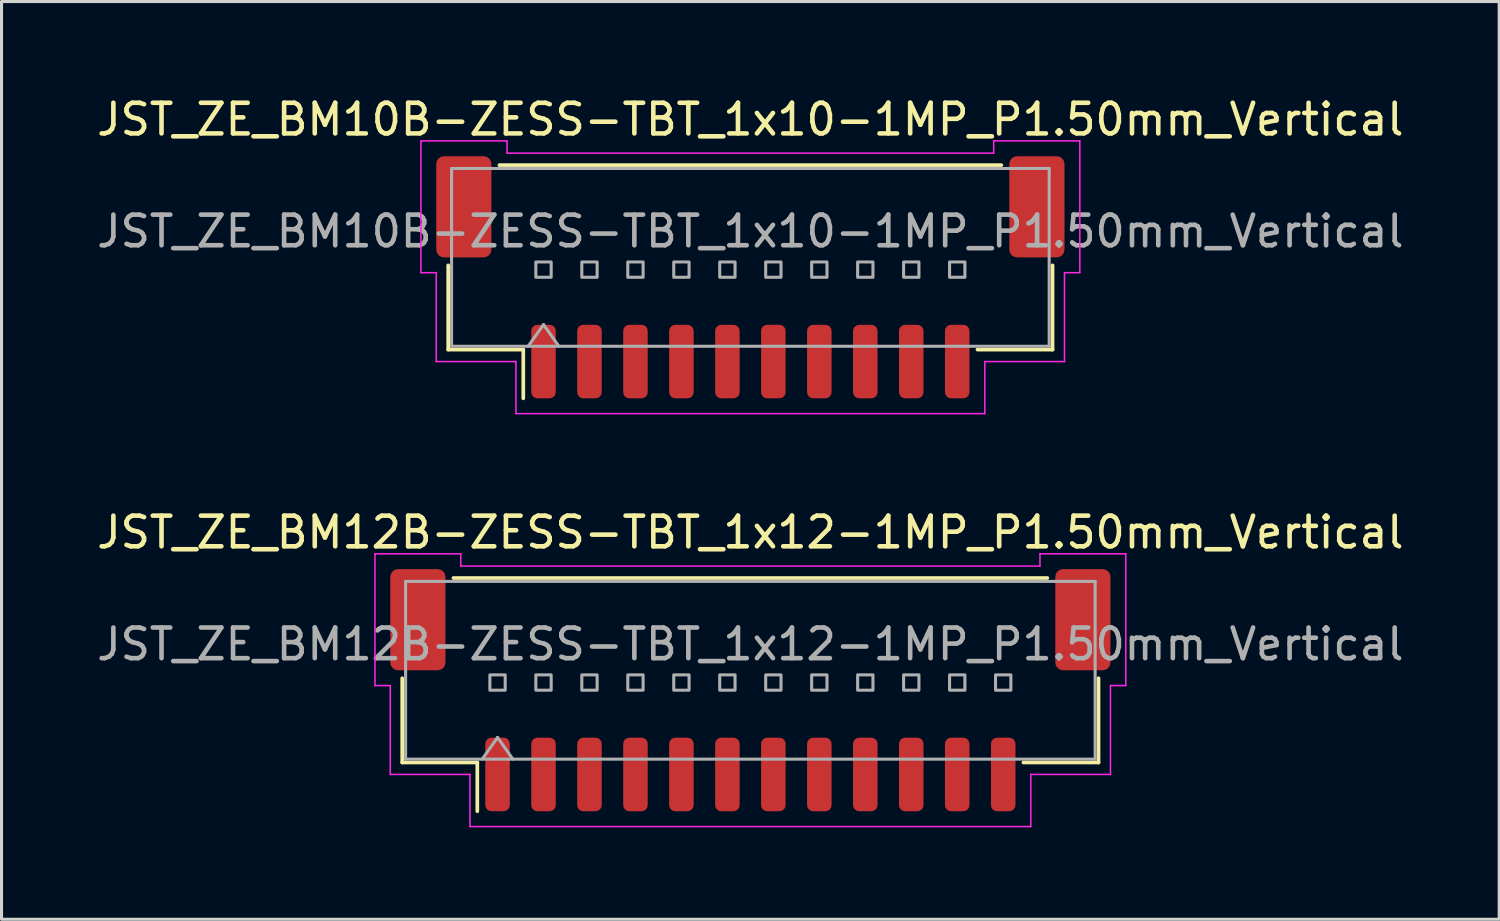
<source format=kicad_pcb>
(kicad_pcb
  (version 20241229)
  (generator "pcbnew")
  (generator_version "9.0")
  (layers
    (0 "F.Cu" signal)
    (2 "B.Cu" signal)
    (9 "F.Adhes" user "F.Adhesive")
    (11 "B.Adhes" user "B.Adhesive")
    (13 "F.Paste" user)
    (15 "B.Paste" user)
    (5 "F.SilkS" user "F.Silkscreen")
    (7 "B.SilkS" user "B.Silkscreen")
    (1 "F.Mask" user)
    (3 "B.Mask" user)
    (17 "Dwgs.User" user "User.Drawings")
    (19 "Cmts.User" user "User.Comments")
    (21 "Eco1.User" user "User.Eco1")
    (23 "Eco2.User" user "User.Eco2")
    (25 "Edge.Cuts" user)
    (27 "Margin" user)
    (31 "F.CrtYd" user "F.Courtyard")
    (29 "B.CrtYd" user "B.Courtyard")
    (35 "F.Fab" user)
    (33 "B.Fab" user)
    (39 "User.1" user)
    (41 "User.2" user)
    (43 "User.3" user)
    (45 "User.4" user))
  (footprint "JST_ZE_BM12B-ZESS-TBT_1x12-1MP_P1.50mm_Vertical"
    (layer "F.Cu")
    (at 21.435 19.471)
    (property "Reference" "JST_ZE_BM12B-ZESS-TBT_1x12-1MP_P1.50mm_Vertical" (at 0 -5.15 0) (layer "F.SilkS") (effects (font (size 1 1) (thickness 0.15))))
    (attr smd)
    (fp_line (start -11.36 -0.39) (end -11.36 2.36) (stroke (width 0.12) (type solid)) (layer "F.SilkS"))
    (fp_line (start -11.36 2.36) (end -8.91 2.36) (stroke (width 0.12) (type solid)) (layer "F.SilkS"))
    (fp_line (start -9.69 -3.66) (end 9.69 -3.66) (stroke (width 0.12) (type solid)) (layer "F.SilkS"))
    (fp_line (start -8.91 2.36) (end -8.91 3.95) (stroke (width 0.12) (type solid)) (layer "F.SilkS"))
    (fp_line (start 11.36 -0.39) (end 11.36 2.36) (stroke (width 0.12) (type solid)) (layer "F.SilkS"))
    (fp_line (start 11.36 2.36) (end 8.91 2.36) (stroke (width 0.12) (type solid)) (layer "F.SilkS"))
    (fp_line (start -12.25 -4.45) (end -9.45 -4.45) (stroke (width 0.05) (type solid)) (layer "F.CrtYd"))
    (fp_line (start -12.25 -0.15) (end -12.25 -4.45) (stroke (width 0.05) (type solid)) (layer "F.CrtYd"))
    (fp_line (start -11.75 -0.15) (end -12.25 -0.15) (stroke (width 0.05) (type solid)) (layer "F.CrtYd"))
    (fp_line (start -11.75 2.75) (end -11.75 -0.15) (stroke (width 0.05) (type solid)) (layer "F.CrtYd"))
    (fp_line (start -9.45 -4.45) (end -9.45 -4.05) (stroke (width 0.05) (type solid)) (layer "F.CrtYd"))
    (fp_line (start -9.45 -4.05) (end 9.45 -4.05) (stroke (width 0.05) (type solid)) (layer "F.CrtYd"))
    (fp_line (start -9.15 2.75) (end -11.75 2.75) (stroke (width 0.05) (type solid)) (layer "F.CrtYd"))
    (fp_line (start -9.15 4.45) (end -9.15 2.75) (stroke (width 0.05) (type solid)) (layer "F.CrtYd"))
    (fp_line (start 9.15 2.75) (end 9.15 4.45) (stroke (width 0.05) (type solid)) (layer "F.CrtYd"))
    (fp_line (start 9.15 4.45) (end -9.15 4.45) (stroke (width 0.05) (type solid)) (layer "F.CrtYd"))
    (fp_line (start 9.45 -4.45) (end 12.25 -4.45) (stroke (width 0.05) (type solid)) (layer "F.CrtYd"))
    (fp_line (start 9.45 -4.05) (end 9.45 -4.45) (stroke (width 0.05) (type solid)) (layer "F.CrtYd"))
    (fp_line (start 11.75 -0.15) (end 11.75 2.75) (stroke (width 0.05) (type solid)) (layer "F.CrtYd"))
    (fp_line (start 11.75 2.75) (end 9.15 2.75) (stroke (width 0.05) (type solid)) (layer "F.CrtYd"))
    (fp_line (start 12.25 -4.45) (end 12.25 -0.15) (stroke (width 0.05) (type solid)) (layer "F.CrtYd"))
    (fp_line (start 12.25 -0.15) (end 11.75 -0.15) (stroke (width 0.05) (type solid)) (layer "F.CrtYd"))
    (fp_line (start -11.25 -3.55) (end 11.25 -3.55) (stroke (width 0.1) (type solid)) (layer "F.Fab"))
    (fp_line (start -11.25 2.25) (end -11.25 -3.55) (stroke (width 0.1) (type solid)) (layer "F.Fab"))
    (fp_line (start -11.25 2.25) (end 11.25 2.25) (stroke (width 0.1) (type solid)) (layer "F.Fab"))
    (fp_line (start -8.75 2.25) (end -8.25 1.543) (stroke (width 0.1) (type solid)) (layer "F.Fab"))
    (fp_line (start -8.25 1.543) (end -7.75 2.25) (stroke (width 0.1) (type solid)) (layer "F.Fab"))
    (fp_line (start 11.25 2.25) (end 11.25 -3.55) (stroke (width 0.1) (type solid)) (layer "F.Fab"))
    (fp_rect (start -8.5 -0.5) (end -8 0) (stroke (width 0.1) (type solid)) (fill no) (layer "F.Fab"))
    (fp_rect (start -7 -0.5) (end -6.5 0) (stroke (width 0.1) (type solid)) (fill no) (layer "F.Fab"))
    (fp_rect (start -5.5 -0.5) (end -5 0) (stroke (width 0.1) (type solid)) (fill no) (layer "F.Fab"))
    (fp_rect (start -4 -0.5) (end -3.5 0) (stroke (width 0.1) (type solid)) (fill no) (layer "F.Fab"))
    (fp_rect (start -2.5 -0.5) (end -2 0) (stroke (width 0.1) (type solid)) (fill no) (layer "F.Fab"))
    (fp_rect (start -1 -0.5) (end -0.5 0) (stroke (width 0.1) (type solid)) (fill no) (layer "F.Fab"))
    (fp_rect (start 0.5 -0.5) (end 1 0) (stroke (width 0.1) (type solid)) (fill no) (layer "F.Fab"))
    (fp_rect (start 2 -0.5) (end 2.5 0) (stroke (width 0.1) (type solid)) (fill no) (layer "F.Fab"))
    (fp_rect (start 3.5 -0.5) (end 4 0) (stroke (width 0.1) (type solid)) (fill no) (layer "F.Fab"))
    (fp_rect (start 5 -0.5) (end 5.5 0) (stroke (width 0.1) (type solid)) (fill no) (layer "F.Fab"))
    (fp_rect (start 6.5 -0.5) (end 7 0) (stroke (width 0.1) (type solid)) (fill no) (layer "F.Fab"))
    (fp_rect (start 8 -0.5) (end 8.5 0) (stroke (width 0.1) (type solid)) (fill no) (layer "F.Fab"))
    (fp_text user "${REFERENCE}" (at 0 -1.5 0) (layer "F.Fab") (effects (font (size 1 1) (thickness 0.15))))
    (pad "1" smd roundrect (at -8.25 2.75) (size 0.8 2.4) (layers "F.Cu" "F.Mask" "F.Paste") (roundrect_rratio 0.25))
    (pad "2" smd roundrect (at -6.75 2.75) (size 0.8 2.4) (layers "F.Cu" "F.Mask" "F.Paste") (roundrect_rratio 0.25))
    (pad "3" smd roundrect (at -5.25 2.75) (size 0.8 2.4) (layers "F.Cu" "F.Mask" "F.Paste") (roundrect_rratio 0.25))
    (pad "4" smd roundrect (at -3.75 2.75) (size 0.8 2.4) (layers "F.Cu" "F.Mask" "F.Paste") (roundrect_rratio 0.25))
    (pad "5" smd roundrect (at -2.25 2.75) (size 0.8 2.4) (layers "F.Cu" "F.Mask" "F.Paste") (roundrect_rratio 0.25))
    (pad "6" smd roundrect (at -0.75 2.75) (size 0.8 2.4) (layers "F.Cu" "F.Mask" "F.Paste") (roundrect_rratio 0.25))
    (pad "7" smd roundrect (at 0.75 2.75) (size 0.8 2.4) (layers "F.Cu" "F.Mask" "F.Paste") (roundrect_rratio 0.25))
    (pad "8" smd roundrect (at 2.25 2.75) (size 0.8 2.4) (layers "F.Cu" "F.Mask" "F.Paste") (roundrect_rratio 0.25))
    (pad "9" smd roundrect (at 3.75 2.75) (size 0.8 2.4) (layers "F.Cu" "F.Mask" "F.Paste") (roundrect_rratio 0.25))
    (pad "10" smd roundrect (at 5.25 2.75) (size 0.8 2.4) (layers "F.Cu" "F.Mask" "F.Paste") (roundrect_rratio 0.25))
    (pad "11" smd roundrect (at 6.75 2.75) (size 0.8 2.4) (layers "F.Cu" "F.Mask" "F.Paste") (roundrect_rratio 0.25))
    (pad "12" smd roundrect (at 8.25 2.75) (size 0.8 2.4) (layers "F.Cu" "F.Mask" "F.Paste") (roundrect_rratio 0.25))
    (pad "MP" smd roundrect (at -10.85 -2.3) (size 1.8 3.3) (layers "F.Cu" "F.Mask" "F.Paste") (roundrect_rratio 0.139))
    (pad "MP" smd roundrect (at 10.85 -2.3) (size 1.8 3.3) (layers "F.Cu" "F.Mask" "F.Paste") (roundrect_rratio 0.139)))
  (footprint "JST_ZE_BM10B-ZESS-TBT_1x10-1MP_P1.50mm_Vertical"
    (layer "F.Cu")
    (at 21.435 5.998)
    (property "Reference" "JST_ZE_BM10B-ZESS-TBT_1x10-1MP_P1.50mm_Vertical" (at 0 -5.15 0) (layer "F.SilkS") (effects (font (size 1 1) (thickness 0.15))))
    (attr smd)
    (fp_line (start -9.86 -0.39) (end -9.86 2.36) (stroke (width 0.12) (type solid)) (layer "F.SilkS"))
    (fp_line (start -9.86 2.36) (end -7.41 2.36) (stroke (width 0.12) (type solid)) (layer "F.SilkS"))
    (fp_line (start -8.19 -3.66) (end 8.19 -3.66) (stroke (width 0.12) (type solid)) (layer "F.SilkS"))
    (fp_line (start -7.41 2.36) (end -7.41 3.95) (stroke (width 0.12) (type solid)) (layer "F.SilkS"))
    (fp_line (start 9.86 -0.39) (end 9.86 2.36) (stroke (width 0.12) (type solid)) (layer "F.SilkS"))
    (fp_line (start 9.86 2.36) (end 7.41 2.36) (stroke (width 0.12) (type solid)) (layer "F.SilkS"))
    (fp_line (start -10.75 -4.45) (end -7.94 -4.45) (stroke (width 0.05) (type solid)) (layer "F.CrtYd"))
    (fp_line (start -10.75 -0.15) (end -10.75 -4.45) (stroke (width 0.05) (type solid)) (layer "F.CrtYd"))
    (fp_line (start -10.25 -0.15) (end -10.75 -0.15) (stroke (width 0.05) (type solid)) (layer "F.CrtYd"))
    (fp_line (start -10.25 2.75) (end -10.25 -0.15) (stroke (width 0.05) (type solid)) (layer "F.CrtYd"))
    (fp_line (start -7.94 -4.45) (end -7.94 -4.05) (stroke (width 0.05) (type solid)) (layer "F.CrtYd"))
    (fp_line (start -7.94 -4.05) (end 7.94 -4.05) (stroke (width 0.05) (type solid)) (layer "F.CrtYd"))
    (fp_line (start -7.65 2.75) (end -10.25 2.75) (stroke (width 0.05) (type solid)) (layer "F.CrtYd"))
    (fp_line (start -7.65 4.45) (end -7.65 2.75) (stroke (width 0.05) (type solid)) (layer "F.CrtYd"))
    (fp_line (start 7.65 2.75) (end 7.65 4.45) (stroke (width 0.05) (type solid)) (layer "F.CrtYd"))
    (fp_line (start 7.65 4.45) (end -7.65 4.45) (stroke (width 0.05) (type solid)) (layer "F.CrtYd"))
    (fp_line (start 7.94 -4.45) (end 10.75 -4.45) (stroke (width 0.05) (type solid)) (layer "F.CrtYd"))
    (fp_line (start 7.94 -4.05) (end 7.94 -4.45) (stroke (width 0.05) (type solid)) (layer "F.CrtYd"))
    (fp_line (start 10.25 -0.15) (end 10.25 2.75) (stroke (width 0.05) (type solid)) (layer "F.CrtYd"))
    (fp_line (start 10.25 2.75) (end 7.65 2.75) (stroke (width 0.05) (type solid)) (layer "F.CrtYd"))
    (fp_line (start 10.75 -4.45) (end 10.75 -0.15) (stroke (width 0.05) (type solid)) (layer "F.CrtYd"))
    (fp_line (start 10.75 -0.15) (end 10.25 -0.15) (stroke (width 0.05) (type solid)) (layer "F.CrtYd"))
    (fp_line (start -9.75 -3.55) (end 9.75 -3.55) (stroke (width 0.1) (type solid)) (layer "F.Fab"))
    (fp_line (start -9.75 2.25) (end -9.75 -3.55) (stroke (width 0.1) (type solid)) (layer "F.Fab"))
    (fp_line (start -9.75 2.25) (end 9.75 2.25) (stroke (width 0.1) (type solid)) (layer "F.Fab"))
    (fp_line (start -7.25 2.25) (end -6.75 1.543) (stroke (width 0.1) (type solid)) (layer "F.Fab"))
    (fp_line (start -6.75 1.543) (end -6.25 2.25) (stroke (width 0.1) (type solid)) (layer "F.Fab"))
    (fp_line (start 9.75 2.25) (end 9.75 -3.55) (stroke (width 0.1) (type solid)) (layer "F.Fab"))
    (fp_rect (start -7 -0.5) (end -6.5 0) (stroke (width 0.1) (type solid)) (fill no) (layer "F.Fab"))
    (fp_rect (start -5.5 -0.5) (end -5 0) (stroke (width 0.1) (type solid)) (fill no) (layer "F.Fab"))
    (fp_rect (start -4 -0.5) (end -3.5 0) (stroke (width 0.1) (type solid)) (fill no) (layer "F.Fab"))
    (fp_rect (start -2.5 -0.5) (end -2 0) (stroke (width 0.1) (type solid)) (fill no) (layer "F.Fab"))
    (fp_rect (start -1 -0.5) (end -0.5 0) (stroke (width 0.1) (type solid)) (fill no) (layer "F.Fab"))
    (fp_rect (start 0.5 -0.5) (end 1 0) (stroke (width 0.1) (type solid)) (fill no) (layer "F.Fab"))
    (fp_rect (start 2 -0.5) (end 2.5 0) (stroke (width 0.1) (type solid)) (fill no) (layer "F.Fab"))
    (fp_rect (start 3.5 -0.5) (end 4 0) (stroke (width 0.1) (type solid)) (fill no) (layer "F.Fab"))
    (fp_rect (start 5 -0.5) (end 5.5 0) (stroke (width 0.1) (type solid)) (fill no) (layer "F.Fab"))
    (fp_rect (start 6.5 -0.5) (end 7 0) (stroke (width 0.1) (type solid)) (fill no) (layer "F.Fab"))
    (fp_text user "${REFERENCE}" (at 0 -1.5 0) (layer "F.Fab") (effects (font (size 1 1) (thickness 0.15))))
    (pad "1" smd roundrect (at -6.75 2.75) (size 0.8 2.4) (layers "F.Cu" "F.Mask" "F.Paste") (roundrect_rratio 0.25))
    (pad "2" smd roundrect (at -5.25 2.75) (size 0.8 2.4) (layers "F.Cu" "F.Mask" "F.Paste") (roundrect_rratio 0.25))
    (pad "3" smd roundrect (at -3.75 2.75) (size 0.8 2.4) (layers "F.Cu" "F.Mask" "F.Paste") (roundrect_rratio 0.25))
    (pad "4" smd roundrect (at -2.25 2.75) (size 0.8 2.4) (layers "F.Cu" "F.Mask" "F.Paste") (roundrect_rratio 0.25))
    (pad "5" smd roundrect (at -0.75 2.75) (size 0.8 2.4) (layers "F.Cu" "F.Mask" "F.Paste") (roundrect_rratio 0.25))
    (pad "6" smd roundrect (at 0.75 2.75) (size 0.8 2.4) (layers "F.Cu" "F.Mask" "F.Paste") (roundrect_rratio 0.25))
    (pad "7" smd roundrect (at 2.25 2.75) (size 0.8 2.4) (layers "F.Cu" "F.Mask" "F.Paste") (roundrect_rratio 0.25))
    (pad "8" smd roundrect (at 3.75 2.75) (size 0.8 2.4) (layers "F.Cu" "F.Mask" "F.Paste") (roundrect_rratio 0.25))
    (pad "9" smd roundrect (at 5.25 2.75) (size 0.8 2.4) (layers "F.Cu" "F.Mask" "F.Paste") (roundrect_rratio 0.25))
    (pad "10" smd roundrect (at 6.75 2.75) (size 0.8 2.4) (layers "F.Cu" "F.Mask" "F.Paste") (roundrect_rratio 0.25))
    (pad "MP" smd roundrect (at -9.35 -2.3) (size 1.8 3.3) (layers "F.Cu" "F.Mask" "F.Paste") (roundrect_rratio 0.139))
    (pad "MP" smd roundrect (at 9.35 -2.3) (size 1.8 3.3) (layers "F.Cu" "F.Mask" "F.Paste") (roundrect_rratio 0.139)))
  (gr_rect
    (start -3 -3)
    (end 45.869 26.947)
    (stroke (width 0.1) (type default))
    (fill no)
    (layer "Edge.Cuts")))
</source>
